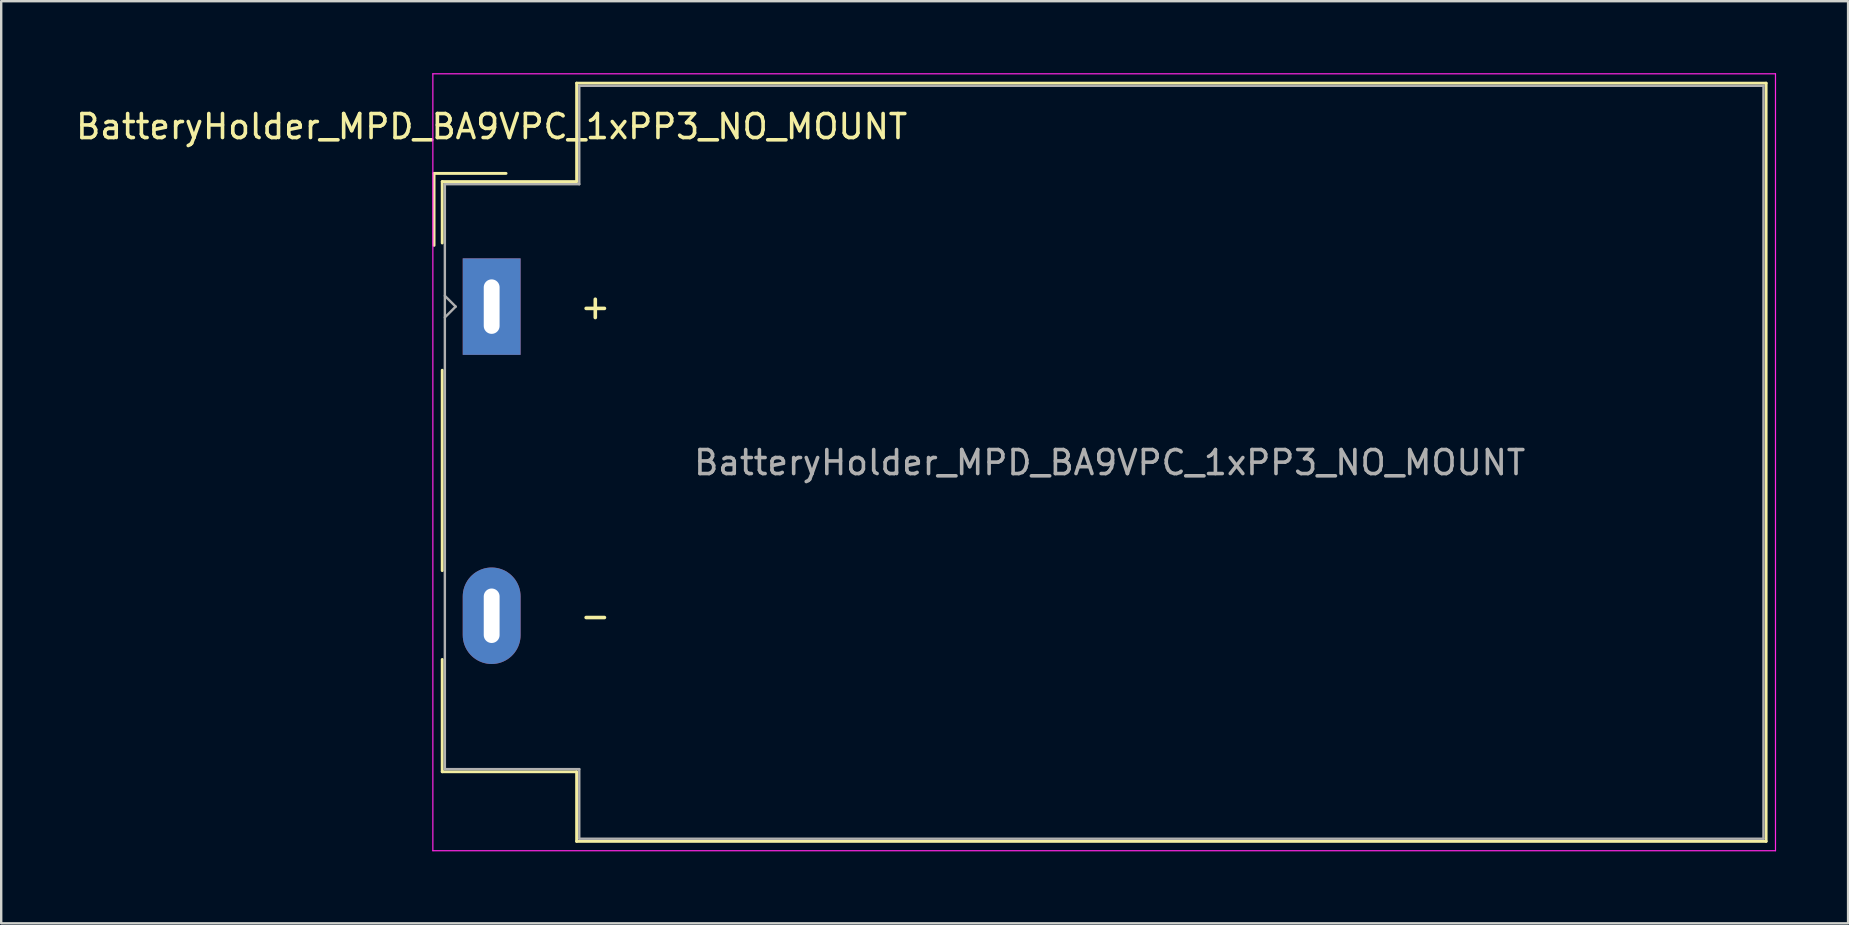
<source format=kicad_pcb>
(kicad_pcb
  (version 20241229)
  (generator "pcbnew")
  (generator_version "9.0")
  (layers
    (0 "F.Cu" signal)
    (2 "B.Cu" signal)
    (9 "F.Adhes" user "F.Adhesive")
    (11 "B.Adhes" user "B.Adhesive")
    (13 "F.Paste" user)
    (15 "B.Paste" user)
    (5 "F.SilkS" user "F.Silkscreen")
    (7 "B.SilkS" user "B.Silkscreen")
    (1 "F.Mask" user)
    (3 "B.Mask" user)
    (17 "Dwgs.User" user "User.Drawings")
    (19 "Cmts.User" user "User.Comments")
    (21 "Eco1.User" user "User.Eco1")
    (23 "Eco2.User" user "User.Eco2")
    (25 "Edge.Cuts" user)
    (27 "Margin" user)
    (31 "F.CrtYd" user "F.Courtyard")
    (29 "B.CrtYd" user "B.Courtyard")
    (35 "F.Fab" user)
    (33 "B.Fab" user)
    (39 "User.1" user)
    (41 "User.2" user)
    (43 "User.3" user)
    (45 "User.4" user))
  (footprint "BatteryHolder_MPD_BA9VPC_1xPP3_NO_MOUNT"
    (layer "F.Cu")
    (at 17.435 9.725)
    (property "Reference" "BatteryHolder_MPD_BA9VPC_1xPP3_NO_MOUNT" (at 0 -7.5 0) (layer "F.SilkS") (effects (font (size 1 1) (thickness 0.15))))
    (attr through_hole)
    (fp_line (start -2.4 -5.55) (end -2.4 -2.55) (stroke (width 0.12) (type solid)) (layer "F.SilkS"))
    (fp_line (start -2.4 -5.55) (end 0.6 -5.55) (stroke (width 0.12) (type solid)) (layer "F.SilkS"))
    (fp_line (start -2.06 -5.21) (end -2.06 -2.65) (stroke (width 0.12) (type solid)) (layer "F.SilkS"))
    (fp_line (start -2.06 2.65) (end -2.06 11) (stroke (width 0.12) (type solid)) (layer "F.SilkS"))
    (fp_line (start -2.06 19.38) (end -2.06 14.7) (stroke (width 0.12) (type solid)) (layer "F.SilkS"))
    (fp_line (start 3.54 -9.31) (end 3.54 -5.21) (stroke (width 0.12) (type solid)) (layer "F.SilkS"))
    (fp_line (start 3.54 -5.21) (end -2.06 -5.21) (stroke (width 0.12) (type solid)) (layer "F.SilkS"))
    (fp_line (start 3.54 19.38) (end -2.06 19.38) (stroke (width 0.12) (type solid)) (layer "F.SilkS"))
    (fp_line (start 3.54 22.28) (end 3.54 19.38) (stroke (width 0.12) (type solid)) (layer "F.SilkS"))
    (fp_line (start 53.1 -9.31) (end 3.54 -9.31) (stroke (width 0.12) (type solid)) (layer "F.SilkS"))
    (fp_line (start 53.1 22.28) (end 3.54 22.28) (stroke (width 0.12) (type solid)) (layer "F.SilkS"))
    (fp_line (start 53.1 22.28) (end 53.1 -9.31) (stroke (width 0.12) (type solid)) (layer "F.SilkS"))
    (fp_line (start -2.45 -9.7) (end -2.45 22.67) (stroke (width 0.05) (type solid)) (layer "F.CrtYd"))
    (fp_line (start -2.45 -9.7) (end 53.49 -9.7) (stroke (width 0.05) (type solid)) (layer "F.CrtYd"))
    (fp_line (start -2.45 22.67) (end 53.49 22.67) (stroke (width 0.05) (type solid)) (layer "F.CrtYd"))
    (fp_line (start 53.49 22.67) (end 53.49 -9.7) (stroke (width 0.05) (type solid)) (layer "F.CrtYd"))
    (fp_line (start -1.95 0.45) (end -1.5 0) (stroke (width 0.1) (type solid)) (layer "F.Fab"))
    (fp_line (start -1.95 19.27) (end -1.95 -5.1) (stroke (width 0.1) (type solid)) (layer "F.Fab"))
    (fp_line (start -1.5 0) (end -1.95 -0.45) (stroke (width 0.1) (type solid)) (layer "F.Fab"))
    (fp_line (start 3.65 -9.2) (end 52.99 -9.2) (stroke (width 0.1) (type solid)) (layer "F.Fab"))
    (fp_line (start 3.65 -5.1) (end -1.95 -5.1) (stroke (width 0.1) (type solid)) (layer "F.Fab"))
    (fp_line (start 3.65 -5.1) (end 3.65 -9.2) (stroke (width 0.1) (type solid)) (layer "F.Fab"))
    (fp_line (start 3.65 19.27) (end -1.95 19.27) (stroke (width 0.1) (type solid)) (layer "F.Fab"))
    (fp_line (start 3.65 22.17) (end 3.65 19.27) (stroke (width 0.1) (type solid)) (layer "F.Fab"))
    (fp_line (start 3.65 22.17) (end 52.99 22.17) (stroke (width 0.1) (type solid)) (layer "F.Fab"))
    (fp_line (start 52.99 22.17) (end 52.99 -9.2) (stroke (width 0.1) (type solid)) (layer "F.Fab"))
    (fp_text user "-" (at 3.6 12.88 0) (layer "F.SilkS") (effects (font (size 1 1) (thickness 0.15)) (justify left)))
    (fp_text user "+" (at 3.6 0 0) (layer "F.SilkS") (effects (font (size 1 1) (thickness 0.15)) (justify left)))
    (fp_text user "${REFERENCE}" (at 25.75 6.5 0) (layer "F.Fab") (effects (font (size 1 1) (thickness 0.15))))
    (pad "1" thru_hole rect (at 0 0) (size 2.41 4.02) (drill oval 0.66 2.27) (layers "*.Cu" "*.Mask"))
    (pad "2" thru_hole oval (at 0 12.88) (size 2.41 4.02) (drill oval 0.66 2.27) (layers "*.Cu" "*.Mask")))
  (gr_rect
    (start -3 -3)
    (end 73.95 35.42)
    (stroke (width 0.1) (type default))
    (fill no)
    (layer "Edge.Cuts")))
</source>
